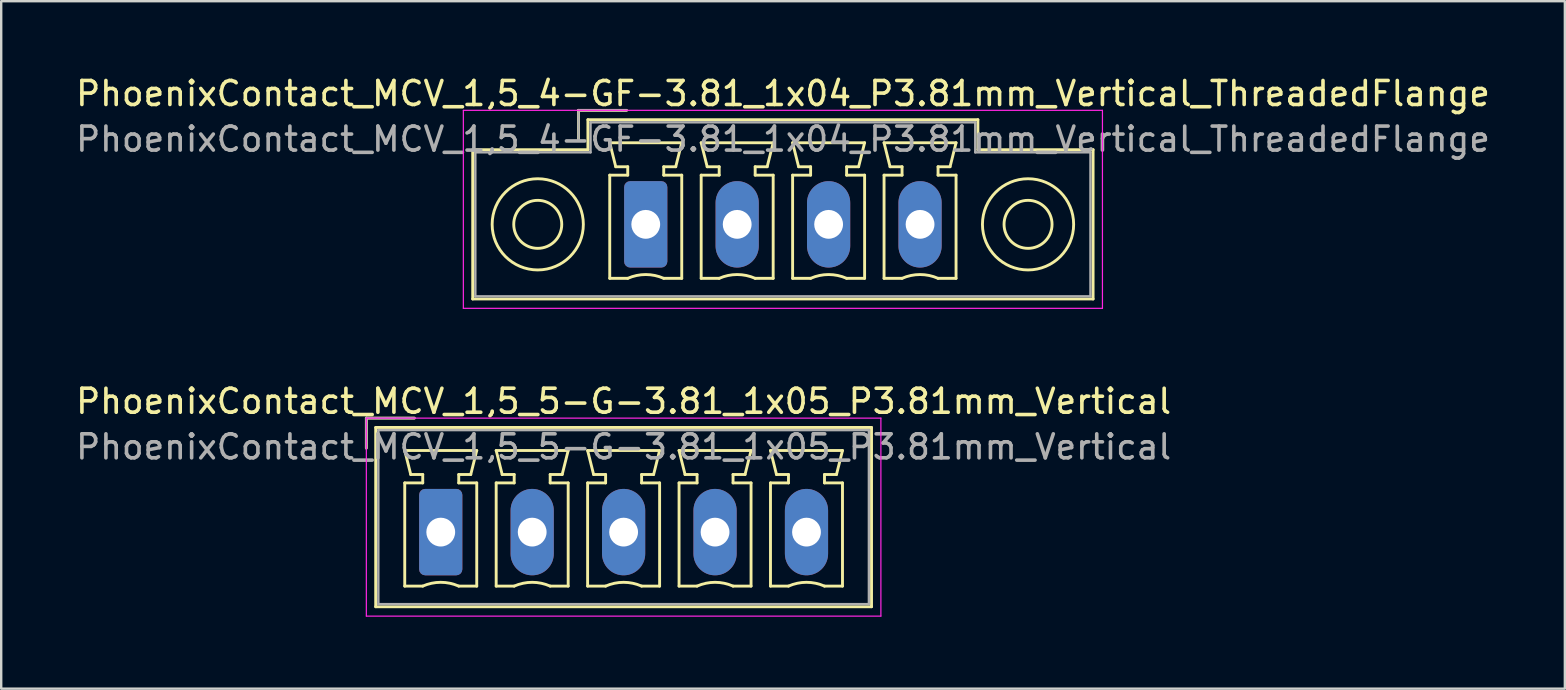
<source format=kicad_pcb>
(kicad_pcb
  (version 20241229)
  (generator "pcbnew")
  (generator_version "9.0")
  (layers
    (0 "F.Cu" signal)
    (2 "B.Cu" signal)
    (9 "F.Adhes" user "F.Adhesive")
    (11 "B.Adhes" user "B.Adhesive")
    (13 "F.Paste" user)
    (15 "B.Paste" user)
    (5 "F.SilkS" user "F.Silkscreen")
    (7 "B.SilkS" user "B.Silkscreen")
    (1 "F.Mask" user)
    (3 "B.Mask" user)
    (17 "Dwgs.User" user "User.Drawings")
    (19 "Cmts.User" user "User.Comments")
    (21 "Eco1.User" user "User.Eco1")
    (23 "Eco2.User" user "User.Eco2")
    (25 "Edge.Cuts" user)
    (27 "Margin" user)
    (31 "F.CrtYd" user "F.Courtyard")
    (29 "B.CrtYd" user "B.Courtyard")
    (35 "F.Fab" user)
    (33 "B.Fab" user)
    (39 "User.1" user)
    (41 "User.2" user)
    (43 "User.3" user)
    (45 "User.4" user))
  (footprint "PhoenixContact_MCV_1,5_5-G-3.81_1x05_P3.81mm_Vertical"
    (layer "F.Cu")
    (at 15.315 19.122)
    (property "Reference" "PhoenixContact_MCV_1,5_5-G-3.81_1x05_P3.81mm_Vertical" (at 7.62 -5.45 0) (layer "F.SilkS") (effects (font (size 1 1) (thickness 0.15))))
    (attr through_hole)
    (fp_line (start -3.1 -4.75) (end -1.1 -4.75) (stroke (width 0.12) (type solid)) (layer "F.SilkS"))
    (fp_line (start -3.1 -3.5) (end -3.1 -4.75) (stroke (width 0.12) (type solid)) (layer "F.SilkS"))
    (fp_line (start -2.71 -4.36) (end -2.71 3.11) (stroke (width 0.12) (type solid)) (layer "F.SilkS"))
    (fp_line (start -2.71 3.11) (end 17.95 3.11) (stroke (width 0.12) (type solid)) (layer "F.SilkS"))
    (fp_line (start -1.5 -3.4) (end 1.5 -3.4) (stroke (width 0.12) (type solid)) (layer "F.SilkS"))
    (fp_line (start -1.5 -2.05) (end -0.75 -2.05) (stroke (width 0.12) (type solid)) (layer "F.SilkS"))
    (fp_line (start -1.5 2.25) (end -1.5 -2.05) (stroke (width 0.12) (type solid)) (layer "F.SilkS"))
    (fp_line (start -1.25 -2.4) (end -1.5 -3.4) (stroke (width 0.12) (type solid)) (layer "F.SilkS"))
    (fp_line (start -0.75 -2.4) (end -1.25 -2.4) (stroke (width 0.12) (type solid)) (layer "F.SilkS"))
    (fp_line (start -0.75 -2.05) (end -0.75 -2.4) (stroke (width 0.12) (type solid)) (layer "F.SilkS"))
    (fp_line (start -0.75 2.25) (end -1.5 2.25) (stroke (width 0.12) (type solid)) (layer "F.SilkS"))
    (fp_line (start 0.75 -2.4) (end 0.75 -2.05) (stroke (width 0.12) (type solid)) (layer "F.SilkS"))
    (fp_line (start 0.75 -2.05) (end 1.5 -2.05) (stroke (width 0.12) (type solid)) (layer "F.SilkS"))
    (fp_line (start 1.25 -2.4) (end 0.75 -2.4) (stroke (width 0.12) (type solid)) (layer "F.SilkS"))
    (fp_line (start 1.5 -3.4) (end 1.25 -2.4) (stroke (width 0.12) (type solid)) (layer "F.SilkS"))
    (fp_line (start 1.5 -2.05) (end 1.5 2.25) (stroke (width 0.12) (type solid)) (layer "F.SilkS"))
    (fp_line (start 1.5 2.25) (end 0.75 2.25) (stroke (width 0.12) (type solid)) (layer "F.SilkS"))
    (fp_line (start 2.31 -3.4) (end 5.31 -3.4) (stroke (width 0.12) (type solid)) (layer "F.SilkS"))
    (fp_line (start 2.31 -2.05) (end 3.06 -2.05) (stroke (width 0.12) (type solid)) (layer "F.SilkS"))
    (fp_line (start 2.31 2.25) (end 2.31 -2.05) (stroke (width 0.12) (type solid)) (layer "F.SilkS"))
    (fp_line (start 2.56 -2.4) (end 2.31 -3.4) (stroke (width 0.12) (type solid)) (layer "F.SilkS"))
    (fp_line (start 3.06 -2.4) (end 2.56 -2.4) (stroke (width 0.12) (type solid)) (layer "F.SilkS"))
    (fp_line (start 3.06 -2.05) (end 3.06 -2.4) (stroke (width 0.12) (type solid)) (layer "F.SilkS"))
    (fp_line (start 3.06 2.25) (end 2.31 2.25) (stroke (width 0.12) (type solid)) (layer "F.SilkS"))
    (fp_line (start 4.56 -2.4) (end 4.56 -2.05) (stroke (width 0.12) (type solid)) (layer "F.SilkS"))
    (fp_line (start 4.56 -2.05) (end 5.31 -2.05) (stroke (width 0.12) (type solid)) (layer "F.SilkS"))
    (fp_line (start 5.06 -2.4) (end 4.56 -2.4) (stroke (width 0.12) (type solid)) (layer "F.SilkS"))
    (fp_line (start 5.31 -3.4) (end 5.06 -2.4) (stroke (width 0.12) (type solid)) (layer "F.SilkS"))
    (fp_line (start 5.31 -2.05) (end 5.31 2.25) (stroke (width 0.12) (type solid)) (layer "F.SilkS"))
    (fp_line (start 5.31 2.25) (end 4.56 2.25) (stroke (width 0.12) (type solid)) (layer "F.SilkS"))
    (fp_line (start 6.12 -3.4) (end 9.12 -3.4) (stroke (width 0.12) (type solid)) (layer "F.SilkS"))
    (fp_line (start 6.12 -2.05) (end 6.87 -2.05) (stroke (width 0.12) (type solid)) (layer "F.SilkS"))
    (fp_line (start 6.12 2.25) (end 6.12 -2.05) (stroke (width 0.12) (type solid)) (layer "F.SilkS"))
    (fp_line (start 6.37 -2.4) (end 6.12 -3.4) (stroke (width 0.12) (type solid)) (layer "F.SilkS"))
    (fp_line (start 6.87 -2.4) (end 6.37 -2.4) (stroke (width 0.12) (type solid)) (layer "F.SilkS"))
    (fp_line (start 6.87 -2.05) (end 6.87 -2.4) (stroke (width 0.12) (type solid)) (layer "F.SilkS"))
    (fp_line (start 6.87 2.25) (end 6.12 2.25) (stroke (width 0.12) (type solid)) (layer "F.SilkS"))
    (fp_line (start 8.37 -2.4) (end 8.37 -2.05) (stroke (width 0.12) (type solid)) (layer "F.SilkS"))
    (fp_line (start 8.37 -2.05) (end 9.12 -2.05) (stroke (width 0.12) (type solid)) (layer "F.SilkS"))
    (fp_line (start 8.87 -2.4) (end 8.37 -2.4) (stroke (width 0.12) (type solid)) (layer "F.SilkS"))
    (fp_line (start 9.12 -3.4) (end 8.87 -2.4) (stroke (width 0.12) (type solid)) (layer "F.SilkS"))
    (fp_line (start 9.12 -2.05) (end 9.12 2.25) (stroke (width 0.12) (type solid)) (layer "F.SilkS"))
    (fp_line (start 9.12 2.25) (end 8.37 2.25) (stroke (width 0.12) (type solid)) (layer "F.SilkS"))
    (fp_line (start 9.93 -3.4) (end 12.93 -3.4) (stroke (width 0.12) (type solid)) (layer "F.SilkS"))
    (fp_line (start 9.93 -2.05) (end 10.68 -2.05) (stroke (width 0.12) (type solid)) (layer "F.SilkS"))
    (fp_line (start 9.93 2.25) (end 9.93 -2.05) (stroke (width 0.12) (type solid)) (layer "F.SilkS"))
    (fp_line (start 10.18 -2.4) (end 9.93 -3.4) (stroke (width 0.12) (type solid)) (layer "F.SilkS"))
    (fp_line (start 10.68 -2.4) (end 10.18 -2.4) (stroke (width 0.12) (type solid)) (layer "F.SilkS"))
    (fp_line (start 10.68 -2.05) (end 10.68 -2.4) (stroke (width 0.12) (type solid)) (layer "F.SilkS"))
    (fp_line (start 10.68 2.25) (end 9.93 2.25) (stroke (width 0.12) (type solid)) (layer "F.SilkS"))
    (fp_line (start 12.18 -2.4) (end 12.18 -2.05) (stroke (width 0.12) (type solid)) (layer "F.SilkS"))
    (fp_line (start 12.18 -2.05) (end 12.93 -2.05) (stroke (width 0.12) (type solid)) (layer "F.SilkS"))
    (fp_line (start 12.68 -2.4) (end 12.18 -2.4) (stroke (width 0.12) (type solid)) (layer "F.SilkS"))
    (fp_line (start 12.93 -3.4) (end 12.68 -2.4) (stroke (width 0.12) (type solid)) (layer "F.SilkS"))
    (fp_line (start 12.93 -2.05) (end 12.93 2.25) (stroke (width 0.12) (type solid)) (layer "F.SilkS"))
    (fp_line (start 12.93 2.25) (end 12.18 2.25) (stroke (width 0.12) (type solid)) (layer "F.SilkS"))
    (fp_line (start 13.74 -3.4) (end 16.74 -3.4) (stroke (width 0.12) (type solid)) (layer "F.SilkS"))
    (fp_line (start 13.74 -2.05) (end 14.49 -2.05) (stroke (width 0.12) (type solid)) (layer "F.SilkS"))
    (fp_line (start 13.74 2.25) (end 13.74 -2.05) (stroke (width 0.12) (type solid)) (layer "F.SilkS"))
    (fp_line (start 13.99 -2.4) (end 13.74 -3.4) (stroke (width 0.12) (type solid)) (layer "F.SilkS"))
    (fp_line (start 14.49 -2.4) (end 13.99 -2.4) (stroke (width 0.12) (type solid)) (layer "F.SilkS"))
    (fp_line (start 14.49 -2.05) (end 14.49 -2.4) (stroke (width 0.12) (type solid)) (layer "F.SilkS"))
    (fp_line (start 14.49 2.25) (end 13.74 2.25) (stroke (width 0.12) (type solid)) (layer "F.SilkS"))
    (fp_line (start 15.99 -2.4) (end 15.99 -2.05) (stroke (width 0.12) (type solid)) (layer "F.SilkS"))
    (fp_line (start 15.99 -2.05) (end 16.74 -2.05) (stroke (width 0.12) (type solid)) (layer "F.SilkS"))
    (fp_line (start 16.49 -2.4) (end 15.99 -2.4) (stroke (width 0.12) (type solid)) (layer "F.SilkS"))
    (fp_line (start 16.74 -3.4) (end 16.49 -2.4) (stroke (width 0.12) (type solid)) (layer "F.SilkS"))
    (fp_line (start 16.74 -2.05) (end 16.74 2.25) (stroke (width 0.12) (type solid)) (layer "F.SilkS"))
    (fp_line (start 16.74 2.25) (end 15.99 2.25) (stroke (width 0.12) (type solid)) (layer "F.SilkS"))
    (fp_line (start 17.95 -4.36) (end -2.71 -4.36) (stroke (width 0.12) (type solid)) (layer "F.SilkS"))
    (fp_line (start 17.95 3.11) (end 17.95 -4.36) (stroke (width 0.12) (type solid)) (layer "F.SilkS"))
    (fp_arc (start -0.75 2.25) (mid -0.000193 2.09191) (end 0.749647 2.249844) (stroke (width 0.12) (type solid)) (layer "F.SilkS"))
    (fp_arc (start 3.06 2.25) (mid 3.809807 2.09191) (end 4.559647 2.249844) (stroke (width 0.12) (type solid)) (layer "F.SilkS"))
    (fp_arc (start 6.87 2.25) (mid 7.619807 2.09191) (end 8.369647 2.249844) (stroke (width 0.12) (type solid)) (layer "F.SilkS"))
    (fp_arc (start 10.68 2.25) (mid 11.429807 2.09191) (end 12.179647 2.249844) (stroke (width 0.12) (type solid)) (layer "F.SilkS"))
    (fp_arc (start 14.49 2.25) (mid 15.239807 2.09191) (end 15.989647 2.249844) (stroke (width 0.12) (type solid)) (layer "F.SilkS"))
    (fp_line (start -3.1 -4.75) (end -3.1 3.5) (stroke (width 0.05) (type solid)) (layer "F.CrtYd"))
    (fp_line (start -3.1 3.5) (end 18.34 3.5) (stroke (width 0.05) (type solid)) (layer "F.CrtYd"))
    (fp_line (start 18.34 -4.75) (end -3.1 -4.75) (stroke (width 0.05) (type solid)) (layer "F.CrtYd"))
    (fp_line (start 18.34 3.5) (end 18.34 -4.75) (stroke (width 0.05) (type solid)) (layer "F.CrtYd"))
    (fp_line (start -3.1 -4.75) (end -1.1 -4.75) (stroke (width 0.1) (type solid)) (layer "F.Fab"))
    (fp_line (start -3.1 -3.5) (end -3.1 -4.75) (stroke (width 0.1) (type solid)) (layer "F.Fab"))
    (fp_line (start -2.6 -4.25) (end -2.6 3) (stroke (width 0.1) (type solid)) (layer "F.Fab"))
    (fp_line (start -2.6 3) (end 17.84 3) (stroke (width 0.1) (type solid)) (layer "F.Fab"))
    (fp_line (start 17.84 -4.25) (end -2.6 -4.25) (stroke (width 0.1) (type solid)) (layer "F.Fab"))
    (fp_line (start 17.84 3) (end 17.84 -4.25) (stroke (width 0.1) (type solid)) (layer "F.Fab"))
    (fp_text user "${REFERENCE}" (at 7.62 -3.55 0) (layer "F.Fab") (effects (font (size 1 1) (thickness 0.15))))
    (pad "1" thru_hole roundrect (at 0 0) (size 1.8 3.6) (drill 1.2) (layers "*.Cu" "*.Mask") (roundrect_rratio 0.139))
    (pad "2" thru_hole oval (at 3.81 0) (size 1.8 3.6) (drill 1.2) (layers "*.Cu" "*.Mask"))
    (pad "3" thru_hole oval (at 7.62 0) (size 1.8 3.6) (drill 1.2) (layers "*.Cu" "*.Mask"))
    (pad "4" thru_hole oval (at 11.43 0) (size 1.8 3.6) (drill 1.2) (layers "*.Cu" "*.Mask"))
    (pad "5" thru_hole oval (at 15.24 0) (size 1.8 3.6) (drill 1.2) (layers "*.Cu" "*.Mask")))
  (footprint "PhoenixContact_MCV_1,5_4-GF-3.81_1x04_P3.81mm_Vertical_ThreadedFlange"
    (layer "F.Cu")
    (at 23.857 6.298)
    (property "Reference" "PhoenixContact_MCV_1,5_4-GF-3.81_1x04_P3.81mm_Vertical_ThreadedFlange" (at 5.72 -5.45 0) (layer "F.SilkS") (effects (font (size 1 1) (thickness 0.15))))
    (attr through_hole)
    (fp_line (start -7.21 -3.11) (end -7.21 3.11) (stroke (width 0.12) (type solid)) (layer "F.SilkS"))
    (fp_line (start -7.21 3.11) (end 18.64 3.11) (stroke (width 0.12) (type solid)) (layer "F.SilkS"))
    (fp_line (start -2.8 -4.75) (end -0.8 -4.75) (stroke (width 0.12) (type solid)) (layer "F.SilkS"))
    (fp_line (start -2.8 -3.5) (end -2.8 -4.75) (stroke (width 0.12) (type solid)) (layer "F.SilkS"))
    (fp_line (start -2.41 -4.36) (end -2.41 -3.11) (stroke (width 0.12) (type solid)) (layer "F.SilkS"))
    (fp_line (start -2.41 -3.11) (end -7.21 -3.11) (stroke (width 0.12) (type solid)) (layer "F.SilkS"))
    (fp_line (start -1.5 -3.4) (end 1.5 -3.4) (stroke (width 0.12) (type solid)) (layer "F.SilkS"))
    (fp_line (start -1.5 -2.05) (end -0.75 -2.05) (stroke (width 0.12) (type solid)) (layer "F.SilkS"))
    (fp_line (start -1.5 2.25) (end -1.5 -2.05) (stroke (width 0.12) (type solid)) (layer "F.SilkS"))
    (fp_line (start -1.25 -2.4) (end -1.5 -3.4) (stroke (width 0.12) (type solid)) (layer "F.SilkS"))
    (fp_line (start -0.75 -2.4) (end -1.25 -2.4) (stroke (width 0.12) (type solid)) (layer "F.SilkS"))
    (fp_line (start -0.75 -2.05) (end -0.75 -2.4) (stroke (width 0.12) (type solid)) (layer "F.SilkS"))
    (fp_line (start -0.75 2.25) (end -1.5 2.25) (stroke (width 0.12) (type solid)) (layer "F.SilkS"))
    (fp_line (start 0.75 -2.4) (end 0.75 -2.05) (stroke (width 0.12) (type solid)) (layer "F.SilkS"))
    (fp_line (start 0.75 -2.05) (end 1.5 -2.05) (stroke (width 0.12) (type solid)) (layer "F.SilkS"))
    (fp_line (start 1.25 -2.4) (end 0.75 -2.4) (stroke (width 0.12) (type solid)) (layer "F.SilkS"))
    (fp_line (start 1.5 -3.4) (end 1.25 -2.4) (stroke (width 0.12) (type solid)) (layer "F.SilkS"))
    (fp_line (start 1.5 -2.05) (end 1.5 2.25) (stroke (width 0.12) (type solid)) (layer "F.SilkS"))
    (fp_line (start 1.5 2.25) (end 0.75 2.25) (stroke (width 0.12) (type solid)) (layer "F.SilkS"))
    (fp_line (start 2.31 -3.4) (end 5.31 -3.4) (stroke (width 0.12) (type solid)) (layer "F.SilkS"))
    (fp_line (start 2.31 -2.05) (end 3.06 -2.05) (stroke (width 0.12) (type solid)) (layer "F.SilkS"))
    (fp_line (start 2.31 2.25) (end 2.31 -2.05) (stroke (width 0.12) (type solid)) (layer "F.SilkS"))
    (fp_line (start 2.56 -2.4) (end 2.31 -3.4) (stroke (width 0.12) (type solid)) (layer "F.SilkS"))
    (fp_line (start 3.06 -2.4) (end 2.56 -2.4) (stroke (width 0.12) (type solid)) (layer "F.SilkS"))
    (fp_line (start 3.06 -2.05) (end 3.06 -2.4) (stroke (width 0.12) (type solid)) (layer "F.SilkS"))
    (fp_line (start 3.06 2.25) (end 2.31 2.25) (stroke (width 0.12) (type solid)) (layer "F.SilkS"))
    (fp_line (start 4.56 -2.4) (end 4.56 -2.05) (stroke (width 0.12) (type solid)) (layer "F.SilkS"))
    (fp_line (start 4.56 -2.05) (end 5.31 -2.05) (stroke (width 0.12) (type solid)) (layer "F.SilkS"))
    (fp_line (start 5.06 -2.4) (end 4.56 -2.4) (stroke (width 0.12) (type solid)) (layer "F.SilkS"))
    (fp_line (start 5.31 -3.4) (end 5.06 -2.4) (stroke (width 0.12) (type solid)) (layer "F.SilkS"))
    (fp_line (start 5.31 -2.05) (end 5.31 2.25) (stroke (width 0.12) (type solid)) (layer "F.SilkS"))
    (fp_line (start 5.31 2.25) (end 4.56 2.25) (stroke (width 0.12) (type solid)) (layer "F.SilkS"))
    (fp_line (start 6.12 -3.4) (end 9.12 -3.4) (stroke (width 0.12) (type solid)) (layer "F.SilkS"))
    (fp_line (start 6.12 -2.05) (end 6.87 -2.05) (stroke (width 0.12) (type solid)) (layer "F.SilkS"))
    (fp_line (start 6.12 2.25) (end 6.12 -2.05) (stroke (width 0.12) (type solid)) (layer "F.SilkS"))
    (fp_line (start 6.37 -2.4) (end 6.12 -3.4) (stroke (width 0.12) (type solid)) (layer "F.SilkS"))
    (fp_line (start 6.87 -2.4) (end 6.37 -2.4) (stroke (width 0.12) (type solid)) (layer "F.SilkS"))
    (fp_line (start 6.87 -2.05) (end 6.87 -2.4) (stroke (width 0.12) (type solid)) (layer "F.SilkS"))
    (fp_line (start 6.87 2.25) (end 6.12 2.25) (stroke (width 0.12) (type solid)) (layer "F.SilkS"))
    (fp_line (start 8.37 -2.4) (end 8.37 -2.05) (stroke (width 0.12) (type solid)) (layer "F.SilkS"))
    (fp_line (start 8.37 -2.05) (end 9.12 -2.05) (stroke (width 0.12) (type solid)) (layer "F.SilkS"))
    (fp_line (start 8.87 -2.4) (end 8.37 -2.4) (stroke (width 0.12) (type solid)) (layer "F.SilkS"))
    (fp_line (start 9.12 -3.4) (end 8.87 -2.4) (stroke (width 0.12) (type solid)) (layer "F.SilkS"))
    (fp_line (start 9.12 -2.05) (end 9.12 2.25) (stroke (width 0.12) (type solid)) (layer "F.SilkS"))
    (fp_line (start 9.12 2.25) (end 8.37 2.25) (stroke (width 0.12) (type solid)) (layer "F.SilkS"))
    (fp_line (start 9.93 -3.4) (end 12.93 -3.4) (stroke (width 0.12) (type solid)) (layer "F.SilkS"))
    (fp_line (start 9.93 -2.05) (end 10.68 -2.05) (stroke (width 0.12) (type solid)) (layer "F.SilkS"))
    (fp_line (start 9.93 2.25) (end 9.93 -2.05) (stroke (width 0.12) (type solid)) (layer "F.SilkS"))
    (fp_line (start 10.18 -2.4) (end 9.93 -3.4) (stroke (width 0.12) (type solid)) (layer "F.SilkS"))
    (fp_line (start 10.68 -2.4) (end 10.18 -2.4) (stroke (width 0.12) (type solid)) (layer "F.SilkS"))
    (fp_line (start 10.68 -2.05) (end 10.68 -2.4) (stroke (width 0.12) (type solid)) (layer "F.SilkS"))
    (fp_line (start 10.68 2.25) (end 9.93 2.25) (stroke (width 0.12) (type solid)) (layer "F.SilkS"))
    (fp_line (start 12.18 -2.4) (end 12.18 -2.05) (stroke (width 0.12) (type solid)) (layer "F.SilkS"))
    (fp_line (start 12.18 -2.05) (end 12.93 -2.05) (stroke (width 0.12) (type solid)) (layer "F.SilkS"))
    (fp_line (start 12.68 -2.4) (end 12.18 -2.4) (stroke (width 0.12) (type solid)) (layer "F.SilkS"))
    (fp_line (start 12.93 -3.4) (end 12.68 -2.4) (stroke (width 0.12) (type solid)) (layer "F.SilkS"))
    (fp_line (start 12.93 -2.05) (end 12.93 2.25) (stroke (width 0.12) (type solid)) (layer "F.SilkS"))
    (fp_line (start 12.93 2.25) (end 12.18 2.25) (stroke (width 0.12) (type solid)) (layer "F.SilkS"))
    (fp_line (start 13.84 -4.36) (end -2.41 -4.36) (stroke (width 0.12) (type solid)) (layer "F.SilkS"))
    (fp_line (start 13.84 -3.11) (end 13.84 -4.36) (stroke (width 0.12) (type solid)) (layer "F.SilkS"))
    (fp_line (start 18.64 -3.11) (end 13.84 -3.11) (stroke (width 0.12) (type solid)) (layer "F.SilkS"))
    (fp_line (start 18.64 3.11) (end 18.64 -3.11) (stroke (width 0.12) (type solid)) (layer "F.SilkS"))
    (fp_arc (start -0.75 2.25) (mid -0.000193 2.09191) (end 0.749647 2.249844) (stroke (width 0.12) (type solid)) (layer "F.SilkS"))
    (fp_arc (start 3.06 2.25) (mid 3.809807 2.09191) (end 4.559647 2.249844) (stroke (width 0.12) (type solid)) (layer "F.SilkS"))
    (fp_arc (start 6.87 2.25) (mid 7.619807 2.09191) (end 8.369647 2.249844) (stroke (width 0.12) (type solid)) (layer "F.SilkS"))
    (fp_arc (start 10.68 2.25) (mid 11.429807 2.09191) (end 12.179647 2.249844) (stroke (width 0.12) (type solid)) (layer "F.SilkS"))
    (fp_circle (center -4.5 0) (end -3.5 0) (stroke (width 0.12) (type solid)) (fill no) (layer "F.SilkS"))
    (fp_circle (center -4.5 0) (end -2.6 0) (stroke (width 0.12) (type solid)) (fill no) (layer "F.SilkS"))
    (fp_circle (center 15.93 0) (end 16.93 0) (stroke (width 0.12) (type solid)) (fill no) (layer "F.SilkS"))
    (fp_circle (center 15.93 0) (end 17.83 0) (stroke (width 0.12) (type solid)) (fill no) (layer "F.SilkS"))
    (fp_line (start -7.6 -4.75) (end -7.6 3.5) (stroke (width 0.05) (type solid)) (layer "F.CrtYd"))
    (fp_line (start -7.6 3.5) (end 19.03 3.5) (stroke (width 0.05) (type solid)) (layer "F.CrtYd"))
    (fp_line (start 19.03 -4.75) (end -7.6 -4.75) (stroke (width 0.05) (type solid)) (layer "F.CrtYd"))
    (fp_line (start 19.03 3.5) (end 19.03 -4.75) (stroke (width 0.05) (type solid)) (layer "F.CrtYd"))
    (fp_line (start -7.1 -3) (end -7.1 3) (stroke (width 0.1) (type solid)) (layer "F.Fab"))
    (fp_line (start -7.1 3) (end 18.53 3) (stroke (width 0.1) (type solid)) (layer "F.Fab"))
    (fp_line (start -2.8 -4.75) (end -0.8 -4.75) (stroke (width 0.1) (type solid)) (layer "F.Fab"))
    (fp_line (start -2.8 -3.5) (end -2.8 -4.75) (stroke (width 0.1) (type solid)) (layer "F.Fab"))
    (fp_line (start -2.3 -4.25) (end -2.3 -3) (stroke (width 0.1) (type solid)) (layer "F.Fab"))
    (fp_line (start -2.3 -3) (end -7.1 -3) (stroke (width 0.1) (type solid)) (layer "F.Fab"))
    (fp_line (start 13.73 -4.25) (end -2.3 -4.25) (stroke (width 0.1) (type solid)) (layer "F.Fab"))
    (fp_line (start 13.73 -3) (end 13.73 -4.25) (stroke (width 0.1) (type solid)) (layer "F.Fab"))
    (fp_line (start 18.53 -3) (end 13.73 -3) (stroke (width 0.1) (type solid)) (layer "F.Fab"))
    (fp_line (start 18.53 3) (end 18.53 -3) (stroke (width 0.1) (type solid)) (layer "F.Fab"))
    (fp_text user "${REFERENCE}" (at 5.72 -3.55 0) (layer "F.Fab") (effects (font (size 1 1) (thickness 0.15))))
    (pad "1" thru_hole roundrect (at 0 0) (size 1.8 3.6) (drill 1.2) (layers "*.Cu" "*.Mask") (roundrect_rratio 0.139))
    (pad "2" thru_hole oval (at 3.81 0) (size 1.8 3.6) (drill 1.2) (layers "*.Cu" "*.Mask"))
    (pad "3" thru_hole oval (at 7.62 0) (size 1.8 3.6) (drill 1.2) (layers "*.Cu" "*.Mask"))
    (pad "4" thru_hole oval (at 11.43 0) (size 1.8 3.6) (drill 1.2) (layers "*.Cu" "*.Mask")))
  (gr_rect
    (start -3 -3)
    (end 62.155 25.646)
    (stroke (width 0.1) (type default))
    (fill no)
    (layer "Edge.Cuts")))
</source>
